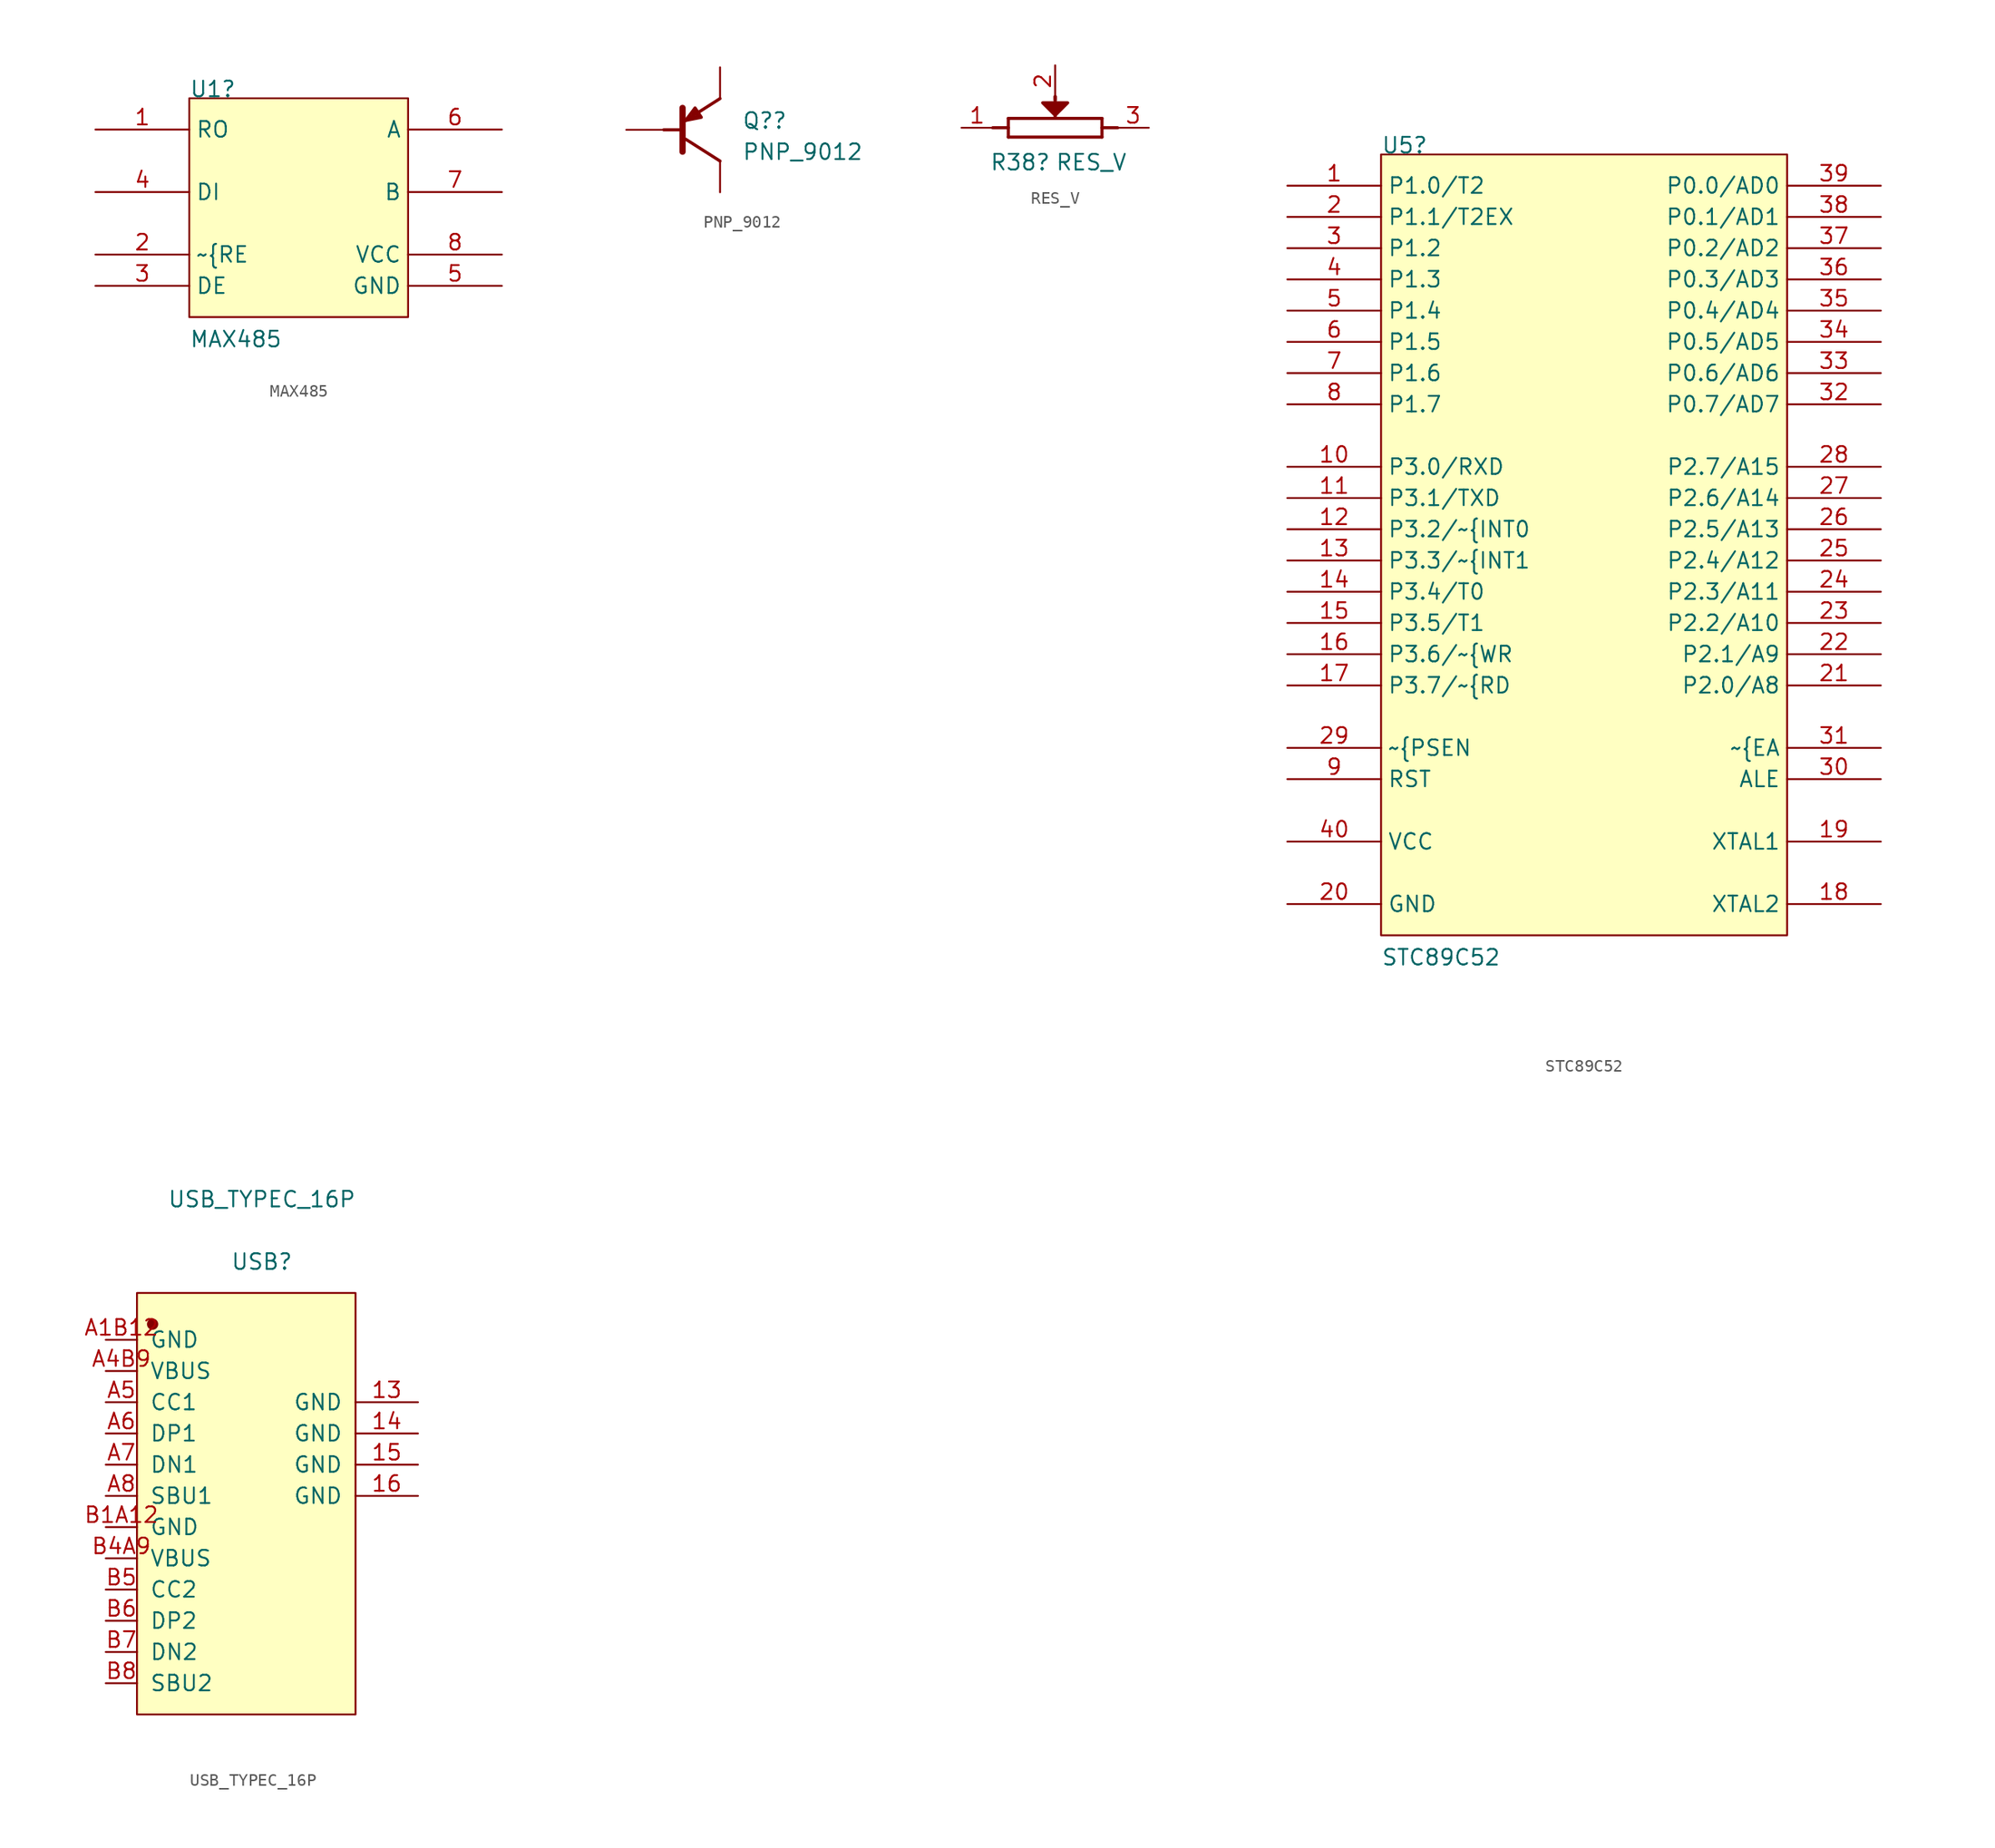
<source format=kicad_sym>
(kicad_symbol_lib
  (version 20211014)
  (generator kicad_symbol_editor)
  (symbol "MAX485"
    (property "Reference" "U1"
      (at 0 0 0)
      (effects (font (size 1.27 1.27)) (justify left bottom)))
    (property "Value" "MAX485"
      (at 0 -20.32 0)
      (effects (font (size 1.27 1.27)) (justify left bottom)))
    (symbol "MAX485_1_0"
      (rectangle (start 17.78 0) (end 0 -17.78) (stroke (width 0) (type default) (color 0 0 0 0)) (fill (type background)))
      (pin output line (at -7.62 -2.54 0) (length 7.62) (name "RO" (effects (font (size 1.27 1.27)))) (number "1" (effects (font (size 1.27 1.27)))))
      (pin input line (at -7.62 -12.7 0) (length 7.62) (name "~{RE" (effects (font (size 1.27 1.27)))) (number "2" (effects (font (size 1.27 1.27)))))
      (pin input line (at -7.62 -15.24 0) (length 7.62) (name "DE" (effects (font (size 1.27 1.27)))) (number "3" (effects (font (size 1.27 1.27)))))
      (pin input line (at -7.62 -7.62 0) (length 7.62) (name "DI" (effects (font (size 1.27 1.27)))) (number "4" (effects (font (size 1.27 1.27)))))
      (pin power_in line (at 25.4 -15.24 180) (length 7.62) (name "GND" (effects (font (size 1.27 1.27)))) (number "5" (effects (font (size 1.27 1.27)))))
      (pin passive line (at 25.4 -2.54 180) (length 7.62) (name "A" (effects (font (size 1.27 1.27)))) (number "6" (effects (font (size 1.27 1.27)))))
      (pin passive line (at 25.4 -7.62 180) (length 7.62) (name "B" (effects (font (size 1.27 1.27)))) (number "7" (effects (font (size 1.27 1.27)))))
      (pin power_in line (at 25.4 -12.7 180) (length 7.62) (name "VCC" (effects (font (size 1.27 1.27)))) (number "8" (effects (font (size 1.27 1.27)))))))
  (symbol "PNP_9012"
    (property "Reference" "Q?"
      (at 9.398 -5.08 0)
      (effects (font (size 1.27 1.27)) (justify left bottom)))
    (property "Value" "PNP_9012"
      (at 9.398 -7.62 0)
      (effects (font (size 1.27 1.27)) (justify left bottom)))
    (symbol "PNP_9012_1_0"
      (polyline (pts (xy 4.318 -5.08) (xy 3.048 -5.08)) (stroke (width 0.254) (type default) (color 0 0 0 0)) (fill (type none)))
      (polyline (pts (xy 4.572 -3.302) (xy 4.572 -6.858)) (stroke (width 0.508) (type default) (color 0 0 0 0)) (fill (type none)))
      (polyline (pts (xy 5.588 -3.556) (xy 5.842 -4.064)) (stroke (width 0.254) (type default) (color 0 0 0 0)) (fill (type none)))
      (polyline (pts (xy 7.62 -7.62) (xy 4.826 -5.842)) (stroke (width 0.254) (type default) (color 0 0 0 0)) (fill (type none)))
      (polyline (pts (xy 7.62 -2.54) (xy 4.826 -4.318)) (stroke (width 0.254) (type default) (color 0 0 0 0)) (fill (type none)))
      (polyline (pts (xy 5.842 -4.064) (xy 5.334 -4.064) (xy 5.588 -3.556)) (stroke (width 0.254) (type default) (color 0 0 0 0)) (fill (type none)))
      (polyline (pts (xy 4.826 -4.318) (xy 6.096 -4.064) (xy 5.588 -3.302) (xy 4.826 -4.318)) (stroke (width 0.254) (type default) (color 0 0 0 0)) (fill (type none)))
      (pin passive line (at 0 -5.08 0) (length 3.048) (name "B" (effects (font (size 0 0)))) (number "B" (effects (font (size 0 0)))))
      (pin passive line (at 7.62 -10.16 90) (length 2.54) (name "C" (effects (font (size 0 0)))) (number "C" (effects (font (size 0 0)))))
      (pin passive line (at 7.62 0 270) (length 2.54) (name "E" (effects (font (size 0 0)))) (number "E" (effects (font (size 0 0)))))))
  (symbol "RES_V"
    (property "Reference" "R38"
      (at 2.286 -8.636 0)
      (effects (font (size 1.27 1.27)) (justify left bottom)))
    (property "Value" "RES_V"
      (at 7.62 -8.636 0)
      (effects (font (size 1.27 1.27)) (justify left bottom)))
    (symbol "RES_V_1_0"
      (polyline (pts (xy 2.54 -5.08) (xy 3.81 -5.08)) (stroke (width 0.254) (type default) (color 0 0 0 0)) (fill (type none)))
      (polyline (pts (xy 3.81 -5.842) (xy 11.43 -5.842)) (stroke (width 0.254) (type default) (color 0 0 0 0)) (fill (type none)))
      (polyline (pts (xy 3.81 -4.318) (xy 3.81 -5.842)) (stroke (width 0.254) (type default) (color 0 0 0 0)) (fill (type none)))
      (polyline (pts (xy 3.81 -4.318) (xy 11.43 -4.318)) (stroke (width 0.254) (type default) (color 0 0 0 0)) (fill (type none)))
      (polyline (pts (xy 7.62 -2.54) (xy 7.62 -4.318)) (stroke (width 0.254) (type default) (color 0 0 0 0)) (fill (type none)))
      (polyline (pts (xy 7.62 -2.54) (xy 7.62 -2.794)) (stroke (width 0.254) (type default) (color 0 0 0 0)) (fill (type none)))
      (polyline (pts (xy 11.43 -5.08) (xy 12.7 -5.08)) (stroke (width 0.254) (type default) (color 0 0 0 0)) (fill (type none)))
      (polyline (pts (xy 11.43 -4.318) (xy 11.43 -5.842)) (stroke (width 0.254) (type default) (color 0 0 0 0)) (fill (type none)))
      (polyline (pts (xy 6.604 -3.048) (xy 8.636 -3.048) (xy 7.62 -4.064) (xy 6.604 -3.048)) (stroke (width 0.254) (type default) (color 0 0 0 0)) (fill (type outline)))
      (pin passive line (at 0 -5.08 0) (length 2.54) (name "1" (effects (font (size 0 0)))) (number "1" (effects (font (size 1.27 1.27)))))
      (pin passive line (at 7.62 0 270) (length 2.54) (name "2" (effects (font (size 0 0)))) (number "2" (effects (font (size 1.27 1.27)))))
      (pin passive line (at 15.24 -5.08 180) (length 2.54) (name "3" (effects (font (size 0 0)))) (number "3" (effects (font (size 1.27 1.27)))))))
  (symbol "STC89C52"
    (property "Reference" "U5"
      (at 0 0 0)
      (effects (font (size 1.27 1.27)) (justify left bottom)))
    (property "Value" "STC89C52"
      (at 0 -66.04 0)
      (effects (font (size 1.27 1.27)) (justify left bottom)))
    (symbol "STC89C52_1_0"
      (rectangle (start 33.02 0) (end 0 -63.5) (stroke (width 0) (type default) (color 0 0 0 0)) (fill (type background)))
      (pin passive line (at -7.62 -2.54 0) (length 7.62) (name "P1.0/T2" (effects (font (size 1.27 1.27)))) (number "1" (effects (font (size 1.27 1.27)))))
      (pin passive line (at -7.62 -25.4 0) (length 7.62) (name "P3.0/RXD" (effects (font (size 1.27 1.27)))) (number "10" (effects (font (size 1.27 1.27)))))
      (pin passive line (at -7.62 -27.94 0) (length 7.62) (name "P3.1/TXD" (effects (font (size 1.27 1.27)))) (number "11" (effects (font (size 1.27 1.27)))))
      (pin passive line (at -7.62 -30.48 0) (length 7.62) (name "P3.2/~{INT0" (effects (font (size 1.27 1.27)))) (number "12" (effects (font (size 1.27 1.27)))))
      (pin passive line (at -7.62 -33.02 0) (length 7.62) (name "P3.3/~{INT1" (effects (font (size 1.27 1.27)))) (number "13" (effects (font (size 1.27 1.27)))))
      (pin passive line (at -7.62 -35.56 0) (length 7.62) (name "P3.4/T0" (effects (font (size 1.27 1.27)))) (number "14" (effects (font (size 1.27 1.27)))))
      (pin passive line (at -7.62 -38.1 0) (length 7.62) (name "P3.5/T1" (effects (font (size 1.27 1.27)))) (number "15" (effects (font (size 1.27 1.27)))))
      (pin passive line (at -7.62 -40.64 0) (length 7.62) (name "P3.6/~{WR" (effects (font (size 1.27 1.27)))) (number "16" (effects (font (size 1.27 1.27)))))
      (pin passive line (at -7.62 -43.18 0) (length 7.62) (name "P3.7/~{RD" (effects (font (size 1.27 1.27)))) (number "17" (effects (font (size 1.27 1.27)))))
      (pin passive line (at 40.64 -60.96 180) (length 7.62) (name "XTAL2" (effects (font (size 1.27 1.27)))) (number "18" (effects (font (size 1.27 1.27)))))
      (pin passive line (at 40.64 -55.88 180) (length 7.62) (name "XTAL1" (effects (font (size 1.27 1.27)))) (number "19" (effects (font (size 1.27 1.27)))))
      (pin passive line (at -7.62 -5.08 0) (length 7.62) (name "P1.1/T2EX" (effects (font (size 1.27 1.27)))) (number "2" (effects (font (size 1.27 1.27)))))
      (pin passive line (at -7.62 -60.96 0) (length 7.62) (name "GND" (effects (font (size 1.27 1.27)))) (number "20" (effects (font (size 1.27 1.27)))))
      (pin passive line (at 40.64 -43.18 180) (length 7.62) (name "P2.0/A8" (effects (font (size 1.27 1.27)))) (number "21" (effects (font (size 1.27 1.27)))))
      (pin passive line (at 40.64 -40.64 180) (length 7.62) (name "P2.1/A9" (effects (font (size 1.27 1.27)))) (number "22" (effects (font (size 1.27 1.27)))))
      (pin passive line (at 40.64 -38.1 180) (length 7.62) (name "P2.2/A10" (effects (font (size 1.27 1.27)))) (number "23" (effects (font (size 1.27 1.27)))))
      (pin passive line (at 40.64 -35.56 180) (length 7.62) (name "P2.3/A11" (effects (font (size 1.27 1.27)))) (number "24" (effects (font (size 1.27 1.27)))))
      (pin passive line (at 40.64 -33.02 180) (length 7.62) (name "P2.4/A12" (effects (font (size 1.27 1.27)))) (number "25" (effects (font (size 1.27 1.27)))))
      (pin passive line (at 40.64 -30.48 180) (length 7.62) (name "P2.5/A13" (effects (font (size 1.27 1.27)))) (number "26" (effects (font (size 1.27 1.27)))))
      (pin passive line (at 40.64 -27.94 180) (length 7.62) (name "P2.6/A14" (effects (font (size 1.27 1.27)))) (number "27" (effects (font (size 1.27 1.27)))))
      (pin passive line (at 40.64 -25.4 180) (length 7.62) (name "P2.7/A15" (effects (font (size 1.27 1.27)))) (number "28" (effects (font (size 1.27 1.27)))))
      (pin passive line (at -7.62 -48.26 0) (length 7.62) (name "~{PSEN" (effects (font (size 1.27 1.27)))) (number "29" (effects (font (size 1.27 1.27)))))
      (pin passive line (at -7.62 -7.62 0) (length 7.62) (name "P1.2" (effects (font (size 1.27 1.27)))) (number "3" (effects (font (size 1.27 1.27)))))
      (pin passive line (at 40.64 -50.8 180) (length 7.62) (name "ALE" (effects (font (size 1.27 1.27)))) (number "30" (effects (font (size 1.27 1.27)))))
      (pin passive line (at 40.64 -48.26 180) (length 7.62) (name "~{EA" (effects (font (size 1.27 1.27)))) (number "31" (effects (font (size 1.27 1.27)))))
      (pin passive line (at 40.64 -20.32 180) (length 7.62) (name "P0.7/AD7" (effects (font (size 1.27 1.27)))) (number "32" (effects (font (size 1.27 1.27)))))
      (pin passive line (at 40.64 -17.78 180) (length 7.62) (name "P0.6/AD6" (effects (font (size 1.27 1.27)))) (number "33" (effects (font (size 1.27 1.27)))))
      (pin passive line (at 40.64 -15.24 180) (length 7.62) (name "P0.5/AD5" (effects (font (size 1.27 1.27)))) (number "34" (effects (font (size 1.27 1.27)))))
      (pin passive line (at 40.64 -12.7 180) (length 7.62) (name "P0.4/AD4" (effects (font (size 1.27 1.27)))) (number "35" (effects (font (size 1.27 1.27)))))
      (pin passive line (at 40.64 -10.16 180) (length 7.62) (name "P0.3/AD3" (effects (font (size 1.27 1.27)))) (number "36" (effects (font (size 1.27 1.27)))))
      (pin passive line (at 40.64 -7.62 180) (length 7.62) (name "P0.2/AD2" (effects (font (size 1.27 1.27)))) (number "37" (effects (font (size 1.27 1.27)))))
      (pin passive line (at 40.64 -5.08 180) (length 7.62) (name "P0.1/AD1" (effects (font (size 1.27 1.27)))) (number "38" (effects (font (size 1.27 1.27)))))
      (pin passive line (at 40.64 -2.54 180) (length 7.62) (name "P0.0/AD0" (effects (font (size 1.27 1.27)))) (number "39" (effects (font (size 1.27 1.27)))))
      (pin passive line (at -7.62 -10.16 0) (length 7.62) (name "P1.3" (effects (font (size 1.27 1.27)))) (number "4" (effects (font (size 1.27 1.27)))))
      (pin passive line (at -7.62 -55.88 0) (length 7.62) (name "VCC" (effects (font (size 1.27 1.27)))) (number "40" (effects (font (size 1.27 1.27)))))
      (pin passive line (at -7.62 -12.7 0) (length 7.62) (name "P1.4" (effects (font (size 1.27 1.27)))) (number "5" (effects (font (size 1.27 1.27)))))
      (pin passive line (at -7.62 -15.24 0) (length 7.62) (name "P1.5" (effects (font (size 1.27 1.27)))) (number "6" (effects (font (size 1.27 1.27)))))
      (pin passive line (at -7.62 -17.78 0) (length 7.62) (name "P1.6" (effects (font (size 1.27 1.27)))) (number "7" (effects (font (size 1.27 1.27)))))
      (pin passive line (at -7.62 -20.32 0) (length 7.62) (name "P1.7" (effects (font (size 1.27 1.27)))) (number "8" (effects (font (size 1.27 1.27)))))
      (pin passive line (at -7.62 -50.8 0) (length 7.62) (name "RST" (effects (font (size 1.27 1.27)))) (number "9" (effects (font (size 1.27 1.27)))))))
  (symbol "USB_TYPEC_16P"
    (pin_names
      (offset 1.016))
    (property "Reference" "USB"
      (at 0 19.05 0)
      (effects (font (size 1.27 1.27))))
    (property "Value" "USB_TYPEC_16P"
      (at 0 24.13 0)
      (effects (font (size 1.27 1.27))))
    (symbol "USB_TYPEC_16P_1_1"
      (rectangle (start -10.16 16.51) (end 7.62 -17.78) (stroke (width 0.152) (type default) (color 0 0 0 0)) (fill (type background)))
      (circle (center -8.89 13.97) (radius 0.381) (stroke (width 0.152) (type default) (color 0 0 0 0)) (fill (type outline)))
      (pin input line (at 12.7 7.62 180) (length 5.08) (name "GND" (effects (font (size 1.27 1.27)))) (number "13" (effects (font (size 1.27 1.27)))))
      (pin input line (at 12.7 5.08 180) (length 5.08) (name "GND" (effects (font (size 1.27 1.27)))) (number "14" (effects (font (size 1.27 1.27)))))
      (pin input line (at 12.7 2.54 180) (length 5.08) (name "GND" (effects (font (size 1.27 1.27)))) (number "15" (effects (font (size 1.27 1.27)))))
      (pin input line (at 12.7 0 180) (length 5.08) (name "GND" (effects (font (size 1.27 1.27)))) (number "16" (effects (font (size 1.27 1.27)))))
      (pin input line (at -12.7 12.7 0) (length 2.54) (name "GND" (effects (font (size 1.27 1.27)))) (number "A1B12" (effects (font (size 1.27 1.27)))))
      (pin input line (at -12.7 10.16 0) (length 2.54) (name "VBUS" (effects (font (size 1.27 1.27)))) (number "A4B9" (effects (font (size 1.27 1.27)))))
      (pin input line (at -12.7 7.62 0) (length 2.54) (name "CC1" (effects (font (size 1.27 1.27)))) (number "A5" (effects (font (size 1.27 1.27)))))
      (pin input line (at -12.7 5.08 0) (length 2.54) (name "DP1" (effects (font (size 1.27 1.27)))) (number "A6" (effects (font (size 1.27 1.27)))))
      (pin input line (at -12.7 2.54 0) (length 2.54) (name "DN1" (effects (font (size 1.27 1.27)))) (number "A7" (effects (font (size 1.27 1.27)))))
      (pin input line (at -12.7 0 0) (length 2.54) (name "SBU1" (effects (font (size 1.27 1.27)))) (number "A8" (effects (font (size 1.27 1.27)))))
      (pin input line (at -12.7 -2.54 0) (length 2.54) (name "GND" (effects (font (size 1.27 1.27)))) (number "B1A12" (effects (font (size 1.27 1.27)))))
      (pin input line (at -12.7 -5.08 0) (length 2.54) (name "VBUS" (effects (font (size 1.27 1.27)))) (number "B4A9" (effects (font (size 1.27 1.27)))))
      (pin input line (at -12.7 -7.62 0) (length 2.54) (name "CC2" (effects (font (size 1.27 1.27)))) (number "B5" (effects (font (size 1.27 1.27)))))
      (pin input line (at -12.7 -10.16 0) (length 2.54) (name "DP2" (effects (font (size 1.27 1.27)))) (number "B6" (effects (font (size 1.27 1.27)))))
      (pin input line (at -12.7 -12.7 0) (length 2.54) (name "DN2" (effects (font (size 1.27 1.27)))) (number "B7" (effects (font (size 1.27 1.27)))))
      (pin input line (at -12.7 -15.24 0) (length 2.54) (name "SBU2" (effects (font (size 1.27 1.27)))) (number "B8" (effects (font (size 1.27 1.27))))))))
</source>
